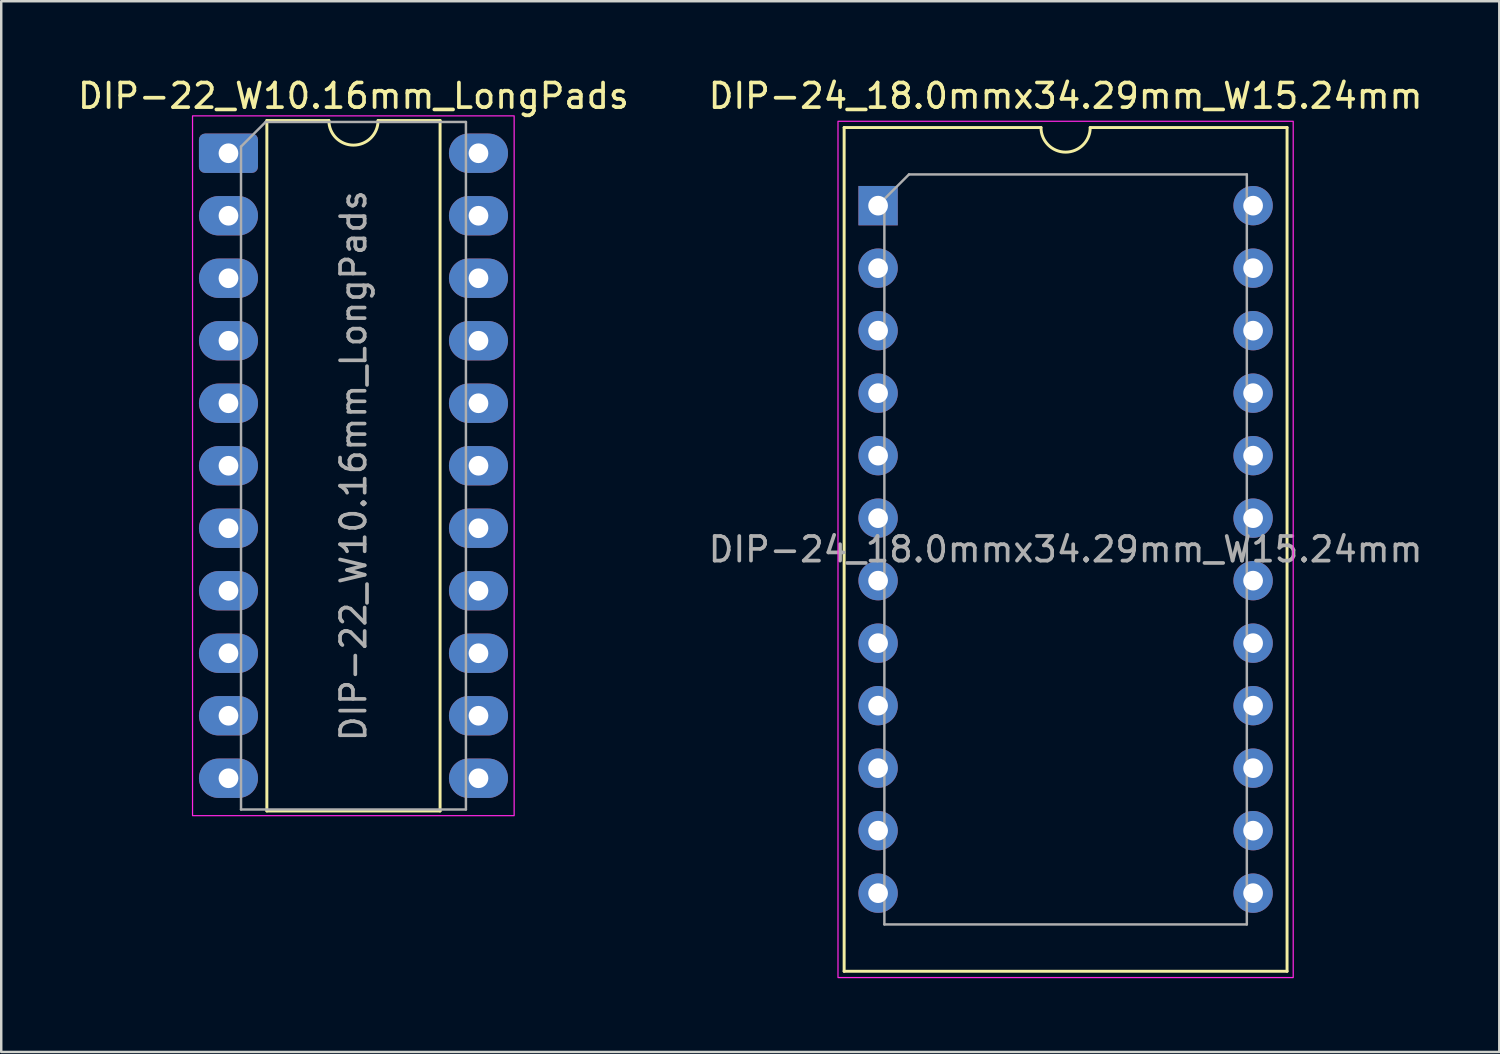
<source format=kicad_pcb>
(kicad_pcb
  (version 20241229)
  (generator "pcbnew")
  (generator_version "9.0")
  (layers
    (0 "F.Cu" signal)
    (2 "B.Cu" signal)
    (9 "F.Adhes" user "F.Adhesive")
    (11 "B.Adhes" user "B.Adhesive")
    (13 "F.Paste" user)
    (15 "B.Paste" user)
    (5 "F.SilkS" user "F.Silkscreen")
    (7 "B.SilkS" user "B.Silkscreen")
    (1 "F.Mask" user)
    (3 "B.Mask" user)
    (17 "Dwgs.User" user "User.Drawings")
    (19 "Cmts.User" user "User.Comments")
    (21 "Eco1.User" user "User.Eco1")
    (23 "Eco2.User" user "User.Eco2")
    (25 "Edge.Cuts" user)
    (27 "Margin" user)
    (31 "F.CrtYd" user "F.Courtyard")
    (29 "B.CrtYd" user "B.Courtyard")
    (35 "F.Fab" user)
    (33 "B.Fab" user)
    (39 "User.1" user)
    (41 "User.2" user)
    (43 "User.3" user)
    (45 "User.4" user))
  (footprint "DIP-22_W10.16mm_LongPads"
    (layer "F.Cu")
    (at 6.235 3.178)
    (property "Reference" "DIP-22_W10.16mm_LongPads" (at 5.08 -2.33 0) (layer "F.SilkS") (effects (font (size 1 1) (thickness 0.15))))
    (attr through_hole)
    (fp_line (start 1.56 -1.33) (end 1.56 26.73) (stroke (width 0.12) (type solid)) (layer "F.SilkS"))
    (fp_line (start 1.56 26.73) (end 8.6 26.73) (stroke (width 0.12) (type solid)) (layer "F.SilkS"))
    (fp_line (start 4.08 -1.33) (end 1.56 -1.33) (stroke (width 0.12) (type solid)) (layer "F.SilkS"))
    (fp_line (start 8.6 -1.33) (end 6.08 -1.33) (stroke (width 0.12) (type solid)) (layer "F.SilkS"))
    (fp_line (start 8.6 26.73) (end 8.6 -1.33) (stroke (width 0.12) (type solid)) (layer "F.SilkS"))
    (fp_arc (start 6.08 -1.33) (mid 5.08 -0.33) (end 4.08 -1.33) (stroke (width 0.12) (type solid)) (layer "F.SilkS"))
    (fp_rect (start -1.46 -1.52) (end 11.61 26.92) (stroke (width 0.05) (type solid)) (fill no) (layer "F.CrtYd"))
    (fp_line (start 0.51 -0.27) (end 1.51 -1.27) (stroke (width 0.1) (type solid)) (layer "F.Fab"))
    (fp_line (start 0.51 26.67) (end 0.51 -0.27) (stroke (width 0.1) (type solid)) (layer "F.Fab"))
    (fp_line (start 1.51 -1.27) (end 9.65 -1.27) (stroke (width 0.1) (type solid)) (layer "F.Fab"))
    (fp_line (start 9.65 -1.27) (end 9.65 26.67) (stroke (width 0.1) (type solid)) (layer "F.Fab"))
    (fp_line (start 9.65 26.67) (end 0.51 26.67) (stroke (width 0.1) (type solid)) (layer "F.Fab"))
    (fp_text user "${REFERENCE}" (at 5.08 12.7 90) (layer "F.Fab") (effects (font (size 1 1) (thickness 0.15))))
    (pad "1" thru_hole roundrect (at 0 0) (size 2.4 1.6) (drill 0.8) (layers "*.Cu" "*.Mask") (roundrect_rratio 0.156))
    (pad "2" thru_hole oval (at 0 2.54) (size 2.4 1.6) (drill 0.8) (layers "*.Cu" "*.Mask"))
    (pad "3" thru_hole oval (at 0 5.08) (size 2.4 1.6) (drill 0.8) (layers "*.Cu" "*.Mask"))
    (pad "4" thru_hole oval (at 0 7.62) (size 2.4 1.6) (drill 0.8) (layers "*.Cu" "*.Mask"))
    (pad "5" thru_hole oval (at 0 10.16) (size 2.4 1.6) (drill 0.8) (layers "*.Cu" "*.Mask"))
    (pad "6" thru_hole oval (at 0 12.7) (size 2.4 1.6) (drill 0.8) (layers "*.Cu" "*.Mask"))
    (pad "7" thru_hole oval (at 0 15.24) (size 2.4 1.6) (drill 0.8) (layers "*.Cu" "*.Mask"))
    (pad "8" thru_hole oval (at 0 17.78) (size 2.4 1.6) (drill 0.8) (layers "*.Cu" "*.Mask"))
    (pad "9" thru_hole oval (at 0 20.32) (size 2.4 1.6) (drill 0.8) (layers "*.Cu" "*.Mask"))
    (pad "10" thru_hole oval (at 0 22.86) (size 2.4 1.6) (drill 0.8) (layers "*.Cu" "*.Mask"))
    (pad "11" thru_hole oval (at 0 25.4) (size 2.4 1.6) (drill 0.8) (layers "*.Cu" "*.Mask"))
    (pad "12" thru_hole oval (at 10.16 25.4) (size 2.4 1.6) (drill 0.8) (layers "*.Cu" "*.Mask"))
    (pad "13" thru_hole oval (at 10.16 22.86) (size 2.4 1.6) (drill 0.8) (layers "*.Cu" "*.Mask"))
    (pad "14" thru_hole oval (at 10.16 20.32) (size 2.4 1.6) (drill 0.8) (layers "*.Cu" "*.Mask"))
    (pad "15" thru_hole oval (at 10.16 17.78) (size 2.4 1.6) (drill 0.8) (layers "*.Cu" "*.Mask"))
    (pad "16" thru_hole oval (at 10.16 15.24) (size 2.4 1.6) (drill 0.8) (layers "*.Cu" "*.Mask"))
    (pad "17" thru_hole oval (at 10.16 12.7) (size 2.4 1.6) (drill 0.8) (layers "*.Cu" "*.Mask"))
    (pad "18" thru_hole oval (at 10.16 10.16) (size 2.4 1.6) (drill 0.8) (layers "*.Cu" "*.Mask"))
    (pad "19" thru_hole oval (at 10.16 7.62) (size 2.4 1.6) (drill 0.8) (layers "*.Cu" "*.Mask"))
    (pad "20" thru_hole oval (at 10.16 5.08) (size 2.4 1.6) (drill 0.8) (layers "*.Cu" "*.Mask"))
    (pad "21" thru_hole oval (at 10.16 2.54) (size 2.4 1.6) (drill 0.8) (layers "*.Cu" "*.Mask"))
    (pad "22" thru_hole oval (at 10.16 0) (size 2.4 1.6) (drill 0.8) (layers "*.Cu" "*.Mask")))
  (footprint "DIP-24_18.0mmx34.29mm_W15.24mm"
    (layer "F.Cu")
    (at 32.636 5.308)
    (property "Reference" "DIP-24_18.0mmx34.29mm_W15.24mm" (at 7.62 -4.46 0) (layer "F.SilkS") (effects (font (size 1 1) (thickness 0.15))))
    (attr through_hole)
    (fp_line (start -1.38 -3.175) (end -1.38 31.115) (stroke (width 0.12) (type solid)) (layer "F.SilkS"))
    (fp_line (start -1.38 31.115) (end 16.62 31.115) (stroke (width 0.12) (type solid)) (layer "F.SilkS"))
    (fp_line (start 6.62 -3.175) (end -1.38 -3.175) (stroke (width 0.12) (type solid)) (layer "F.SilkS"))
    (fp_line (start 16.62 -3.175) (end 8.62 -3.175) (stroke (width 0.12) (type solid)) (layer "F.SilkS"))
    (fp_line (start 16.62 31.115) (end 16.62 -3.175) (stroke (width 0.12) (type solid)) (layer "F.SilkS"))
    (fp_arc (start 8.62 -3.175) (mid 7.62 -2.175) (end 6.62 -3.175) (stroke (width 0.12) (type solid)) (layer "F.SilkS"))
    (fp_rect (start -1.63 -3.43) (end 16.87 31.37) (stroke (width 0.05) (type default)) (fill no) (layer "F.CrtYd"))
    (fp_line (start 0.255 -0.27) (end 1.255 -1.27) (stroke (width 0.1) (type solid)) (layer "F.Fab"))
    (fp_line (start 0.255 29.21) (end 0.255 -0.27) (stroke (width 0.1) (type solid)) (layer "F.Fab"))
    (fp_line (start 1.255 -1.27) (end 14.985 -1.27) (stroke (width 0.1) (type solid)) (layer "F.Fab"))
    (fp_line (start 14.985 -1.27) (end 14.985 29.21) (stroke (width 0.1) (type solid)) (layer "F.Fab"))
    (fp_line (start 14.985 29.21) (end 0.255 29.21) (stroke (width 0.1) (type solid)) (layer "F.Fab"))
    (fp_text user "${REFERENCE}" (at 7.62 13.97 0) (layer "F.Fab") (effects (font (size 1 1) (thickness 0.15))))
    (pad "1" thru_hole rect (at 0 0) (size 1.6 1.6) (drill 0.8) (layers "*.Cu" "*.Mask"))
    (pad "2" thru_hole oval (at 0 2.54) (size 1.6 1.6) (drill 0.8) (layers "*.Cu" "*.Mask"))
    (pad "3" thru_hole oval (at 0 5.08) (size 1.6 1.6) (drill 0.8) (layers "*.Cu" "*.Mask"))
    (pad "4" thru_hole oval (at 0 7.62) (size 1.6 1.6) (drill 0.8) (layers "*.Cu" "*.Mask"))
    (pad "5" thru_hole oval (at 0 10.16) (size 1.6 1.6) (drill 0.8) (layers "*.Cu" "*.Mask"))
    (pad "6" thru_hole oval (at 0 12.7) (size 1.6 1.6) (drill 0.8) (layers "*.Cu" "*.Mask"))
    (pad "7" thru_hole oval (at 0 15.24) (size 1.6 1.6) (drill 0.8) (layers "*.Cu" "*.Mask"))
    (pad "8" thru_hole oval (at 0 17.78) (size 1.6 1.6) (drill 0.8) (layers "*.Cu" "*.Mask"))
    (pad "9" thru_hole oval (at 0 20.32) (size 1.6 1.6) (drill 0.8) (layers "*.Cu" "*.Mask"))
    (pad "10" thru_hole oval (at 0 22.86) (size 1.6 1.6) (drill 0.8) (layers "*.Cu" "*.Mask"))
    (pad "11" thru_hole oval (at 0 25.4) (size 1.6 1.6) (drill 0.8) (layers "*.Cu" "*.Mask"))
    (pad "12" thru_hole oval (at 0 27.94) (size 1.6 1.6) (drill 0.8) (layers "*.Cu" "*.Mask"))
    (pad "13" thru_hole oval (at 15.24 27.94) (size 1.6 1.6) (drill 0.8) (layers "*.Cu" "*.Mask"))
    (pad "14" thru_hole oval (at 15.24 25.4) (size 1.6 1.6) (drill 0.8) (layers "*.Cu" "*.Mask"))
    (pad "15" thru_hole oval (at 15.24 22.86) (size 1.6 1.6) (drill 0.8) (layers "*.Cu" "*.Mask"))
    (pad "16" thru_hole oval (at 15.24 20.32) (size 1.6 1.6) (drill 0.8) (layers "*.Cu" "*.Mask"))
    (pad "17" thru_hole oval (at 15.24 17.78) (size 1.6 1.6) (drill 0.8) (layers "*.Cu" "*.Mask"))
    (pad "18" thru_hole oval (at 15.24 15.24) (size 1.6 1.6) (drill 0.8) (layers "*.Cu" "*.Mask"))
    (pad "19" thru_hole oval (at 15.24 12.7) (size 1.6 1.6) (drill 0.8) (layers "*.Cu" "*.Mask"))
    (pad "20" thru_hole oval (at 15.24 10.16) (size 1.6 1.6) (drill 0.8) (layers "*.Cu" "*.Mask"))
    (pad "21" thru_hole oval (at 15.24 7.62) (size 1.6 1.6) (drill 0.8) (layers "*.Cu" "*.Mask"))
    (pad "22" thru_hole oval (at 15.24 5.08) (size 1.6 1.6) (drill 0.8) (layers "*.Cu" "*.Mask"))
    (pad "23" thru_hole oval (at 15.24 2.54) (size 1.6 1.6) (drill 0.8) (layers "*.Cu" "*.Mask"))
    (pad "24" thru_hole oval (at 15.24 0) (size 1.6 1.6) (drill 0.8) (layers "*.Cu" "*.Mask")))
  (gr_rect
    (start -3 -3)
    (end 57.881 39.703)
    (stroke (width 0.1) (type default))
    (fill no)
    (layer "Edge.Cuts")))
</source>
